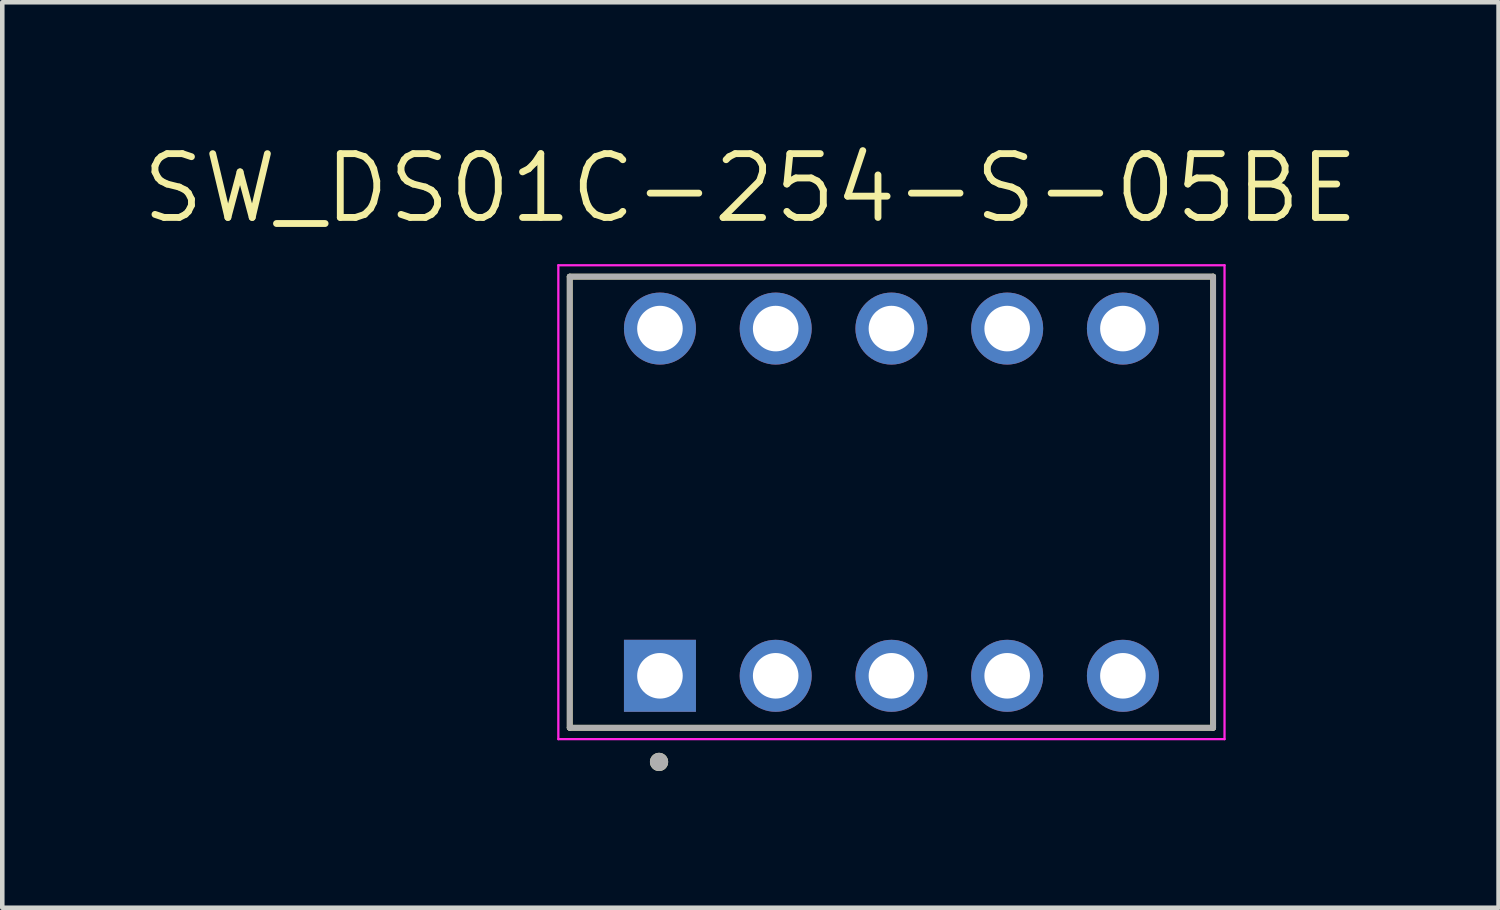
<source format=kicad_pcb>
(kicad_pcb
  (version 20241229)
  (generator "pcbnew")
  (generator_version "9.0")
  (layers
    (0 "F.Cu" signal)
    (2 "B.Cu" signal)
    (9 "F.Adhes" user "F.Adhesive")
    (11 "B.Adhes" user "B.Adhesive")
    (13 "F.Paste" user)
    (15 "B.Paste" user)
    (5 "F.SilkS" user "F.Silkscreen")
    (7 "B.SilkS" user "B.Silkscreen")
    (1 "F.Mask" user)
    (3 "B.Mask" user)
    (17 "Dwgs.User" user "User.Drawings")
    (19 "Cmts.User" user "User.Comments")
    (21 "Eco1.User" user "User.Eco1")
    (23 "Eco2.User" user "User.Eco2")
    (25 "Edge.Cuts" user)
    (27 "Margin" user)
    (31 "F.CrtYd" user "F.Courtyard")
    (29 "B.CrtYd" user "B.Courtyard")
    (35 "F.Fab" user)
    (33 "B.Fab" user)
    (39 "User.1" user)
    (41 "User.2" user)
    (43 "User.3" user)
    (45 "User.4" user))
  (footprint "SW_DS01C-254-S-05BE"
    (layer "F.Cu")
    (at 16.513 7.971)
    (property "Reference" "SW_DS01C-254-S-05BE" (at -3.095 -6.889 0) (layer "F.SilkS") (effects (font (size 1.4 1.4) (thickness 0.15))))
    (attr through_hole)
    (fp_line (start -7.06 -4.95) (end 7.06 -4.95) (stroke (width 0.127) (type solid)) (layer "F.SilkS"))
    (fp_line (start -7.06 4.95) (end -7.06 -4.95) (stroke (width 0.127) (type solid)) (layer "F.SilkS"))
    (fp_line (start 7.06 -4.95) (end 7.06 4.95) (stroke (width 0.127) (type solid)) (layer "F.SilkS"))
    (fp_line (start 7.06 4.95) (end -7.06 4.95) (stroke (width 0.127) (type solid)) (layer "F.SilkS"))
    (fp_circle (center -5.1 5.7) (end -5 5.7) (stroke (width 0.2) (type solid)) (fill no) (layer "F.SilkS"))
    (fp_line (start -7.31 -5.2) (end -7.31 5.2) (stroke (width 0.05) (type solid)) (layer "F.CrtYd"))
    (fp_line (start -7.31 5.2) (end 7.31 5.2) (stroke (width 0.05) (type solid)) (layer "F.CrtYd"))
    (fp_line (start 7.31 -5.2) (end -7.31 -5.2) (stroke (width 0.05) (type solid)) (layer "F.CrtYd"))
    (fp_line (start 7.31 5.2) (end 7.31 -5.2) (stroke (width 0.05) (type solid)) (layer "F.CrtYd"))
    (fp_line (start -7.06 -4.95) (end 7.06 -4.95) (stroke (width 0.127) (type solid)) (layer "F.Fab"))
    (fp_line (start -7.06 4.95) (end -7.06 -4.95) (stroke (width 0.127) (type solid)) (layer "F.Fab"))
    (fp_line (start 7.06 -4.95) (end 7.06 4.95) (stroke (width 0.127) (type solid)) (layer "F.Fab"))
    (fp_line (start 7.06 4.95) (end -7.06 4.95) (stroke (width 0.127) (type solid)) (layer "F.Fab"))
    (fp_circle (center -5.1 5.7) (end -5 5.7) (stroke (width 0.2) (type solid)) (fill no) (layer "F.Fab"))
    (pad "1A" thru_hole rect (at -5.08 3.81) (size 1.58 1.58) (drill 1) (layers "*.Cu" "*.Mask"))
    (pad "1B" thru_hole circle (at -5.08 -3.81) (size 1.58 1.58) (drill 1) (layers "*.Cu" "*.Mask"))
    (pad "2A" thru_hole circle (at -2.54 3.81) (size 1.58 1.58) (drill 1) (layers "*.Cu" "*.Mask"))
    (pad "2B" thru_hole circle (at -2.54 -3.81) (size 1.58 1.58) (drill 1) (layers "*.Cu" "*.Mask"))
    (pad "3A" thru_hole circle (at 0 3.81) (size 1.58 1.58) (drill 1) (layers "*.Cu" "*.Mask"))
    (pad "3B" thru_hole circle (at 0 -3.81) (size 1.58 1.58) (drill 1) (layers "*.Cu" "*.Mask"))
    (pad "4A" thru_hole circle (at 2.54 3.81) (size 1.58 1.58) (drill 1) (layers "*.Cu" "*.Mask"))
    (pad "4B" thru_hole circle (at 2.54 -3.81) (size 1.58 1.58) (drill 1) (layers "*.Cu" "*.Mask"))
    (pad "5A" thru_hole circle (at 5.08 3.81) (size 1.58 1.58) (drill 1) (layers "*.Cu" "*.Mask"))
    (pad "5B" thru_hole circle (at 5.08 -3.81) (size 1.58 1.58) (drill 1) (layers "*.Cu" "*.Mask")))
  (gr_rect
    (start -3 -3)
    (end 29.837 16.871)
    (stroke (width 0.1) (type default))
    (fill no)
    (layer "Edge.Cuts")))
</source>
